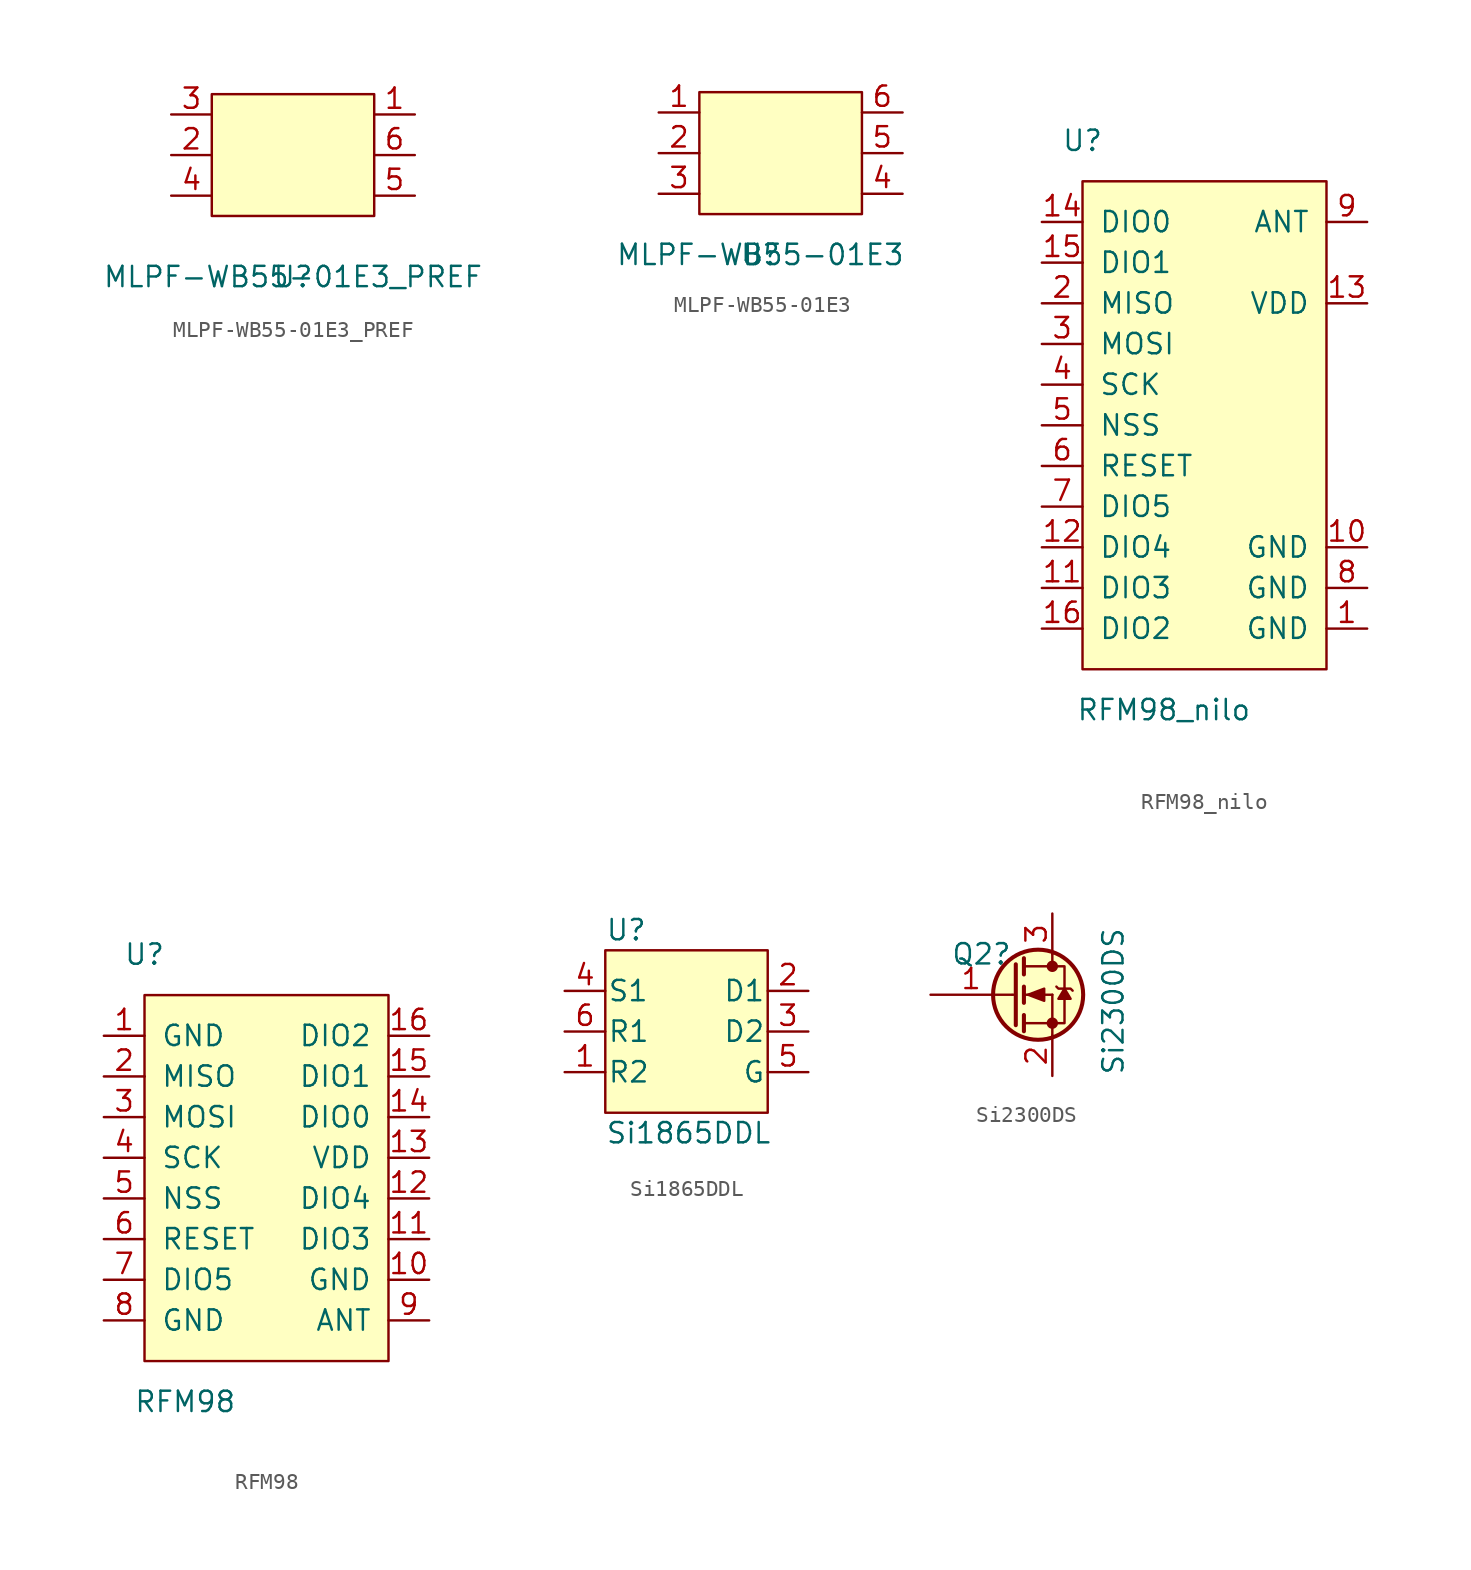
<source format=kicad_sym>
(kicad_symbol_lib
  (version 20220914)
  (generator kicad_symbol_editor)
  (symbol "MLPF-WB55-01E3_PREF"
    (pin_names hide)
    (property "Reference" "U"
      (at 0 0 0)
      (effects (font (size 1.27 1.27))))
    (property "Value" "MLPF-WB55-01E3_PREF"
      (at 0 0 0)
      (effects (font (size 1.27 1.27))))
    (symbol "MLPF-WB55-01E3_PREF_0_1"
      (rectangle (start -5.08 11.43) (end 5.08 3.81) (stroke (width 0) (type solid)) (fill (type background)))
      (pin output line (at 7.62 10.16 180) (length 2.54) (name "OUT" (effects (font (size 1.27 1.27)))) (number "1" (effects (font (size 1.27 1.27)))))
      (pin power_in line (at -7.62 7.62 0) (length 2.54) (name "GND4" (effects (font (size 1.27 1.27)))) (number "2" (effects (font (size 1.27 1.27)))))
      (pin input line (at -7.62 10.16 0) (length 2.54) (name "IN" (effects (font (size 1.27 1.27)))) (number "3" (effects (font (size 1.27 1.27)))))
      (pin power_in line (at -7.62 5.08 0) (length 2.54) (name "GND1" (effects (font (size 1.27 1.27)))) (number "4" (effects (font (size 1.27 1.27)))))
      (pin power_in line (at 7.62 5.08 180) (length 2.54) (name "GND2" (effects (font (size 1.27 1.27)))) (number "5" (effects (font (size 1.27 1.27)))))
      (pin power_in line (at 7.62 7.62 180) (length 2.54) (name "GND3" (effects (font (size 1.27 1.27)))) (number "6" (effects (font (size 1.27 1.27)))))))
  (symbol "MLPF-WB55-01E3"
    (pin_names hide)
    (property "Reference" "U"
      (at 0 0 0)
      (effects (font (size 1.27 1.27))))
    (property "Value" "MLPF-WB55-01E3"
      (at 0 0 0)
      (effects (font (size 1.27 1.27))))
    (symbol "MLPF-WB55-01E3_0_1"
      (rectangle (start -3.81 10.16) (end 6.35 2.54) (stroke (width 0) (type solid)) (fill (type background)))
      (pin output line (at -6.35 8.89 0) (length 2.54) (name "OUT" (effects (font (size 1.27 1.27)))) (number "1" (effects (font (size 1.27 1.27)))))
      (pin power_in line (at -6.35 6.35 0) (length 2.54) (name "GND4" (effects (font (size 1.27 1.27)))) (number "2" (effects (font (size 1.27 1.27)))))
      (pin input line (at -6.35 3.81 0) (length 2.54) (name "IN" (effects (font (size 1.27 1.27)))) (number "3" (effects (font (size 1.27 1.27)))))
      (pin power_in line (at 8.89 3.81 180) (length 2.54) (name "GND1" (effects (font (size 1.27 1.27)))) (number "4" (effects (font (size 1.27 1.27)))))
      (pin power_in line (at 8.89 6.35 180) (length 2.54) (name "GND2" (effects (font (size 1.27 1.27)))) (number "5" (effects (font (size 1.27 1.27)))))
      (pin power_in line (at 8.89 8.89 180) (length 2.54) (name "GND3" (effects (font (size 1.27 1.27)))) (number "6" (effects (font (size 1.27 1.27)))))))
  (symbol "RFM98_nilo"
    (pin_names
      (offset 1.016))
    (property "Reference" "U"
      (at -2.54 10.16 0)
      (effects (font (size 1.27 1.27))))
    (property "Value" "RFM98_nilo"
      (at 2.54 -25.4 0)
      (effects (font (size 1.27 1.27))))
    (symbol "RFM98_nilo_0_1"
      (rectangle (start -2.54 2.54) (end -2.54 2.54) (stroke (width 0) (type solid)) (fill (type none)))
      (rectangle (start -2.54 7.62) (end 12.7 -22.86) (stroke (width 0) (type solid)) (fill (type background))))
    (symbol "RFM98_nilo_1_1"
      (pin power_in line (at 15.24 -20.32 180) (length 2.54) (name "GND" (effects (font (size 1.27 1.27)))) (number "1" (effects (font (size 1.27 1.27)))))
      (pin power_in line (at 15.24 -15.24 180) (length 2.54) (name "GND" (effects (font (size 1.27 1.27)))) (number "10" (effects (font (size 1.27 1.27)))))
      (pin bidirectional line (at -5.08 -17.78 0) (length 2.54) (name "DIO3" (effects (font (size 1.27 1.27)))) (number "11" (effects (font (size 1.27 1.27)))))
      (pin bidirectional line (at -5.08 -15.24 0) (length 2.54) (name "DIO4" (effects (font (size 1.27 1.27)))) (number "12" (effects (font (size 1.27 1.27)))))
      (pin power_in line (at 15.24 0 180) (length 2.54) (name "VDD" (effects (font (size 1.27 1.27)))) (number "13" (effects (font (size 1.27 1.27)))))
      (pin bidirectional line (at -5.08 5.08 0) (length 2.54) (name "DIO0" (effects (font (size 1.27 1.27)))) (number "14" (effects (font (size 1.27 1.27)))))
      (pin bidirectional line (at -5.08 2.54 0) (length 2.54) (name "DIO1" (effects (font (size 1.27 1.27)))) (number "15" (effects (font (size 1.27 1.27)))))
      (pin bidirectional line (at -5.08 -20.32 0) (length 2.54) (name "DIO2" (effects (font (size 1.27 1.27)))) (number "16" (effects (font (size 1.27 1.27)))))
      (pin input line (at -5.08 0 0) (length 2.54) (name "MISO" (effects (font (size 1.27 1.27)))) (number "2" (effects (font (size 1.27 1.27)))))
      (pin tri_state line (at -5.08 -2.54 0) (length 2.54) (name "MOSI" (effects (font (size 1.27 1.27)))) (number "3" (effects (font (size 1.27 1.27)))))
      (pin input line (at -5.08 -5.08 0) (length 2.54) (name "SCK" (effects (font (size 1.27 1.27)))) (number "4" (effects (font (size 1.27 1.27)))))
      (pin input line (at -5.08 -7.62 0) (length 2.54) (name "NSS" (effects (font (size 1.27 1.27)))) (number "5" (effects (font (size 1.27 1.27)))))
      (pin input line (at -5.08 -10.16 0) (length 2.54) (name "RESET" (effects (font (size 1.27 1.27)))) (number "6" (effects (font (size 1.27 1.27)))))
      (pin bidirectional line (at -5.08 -12.7 0) (length 2.54) (name "DIO5" (effects (font (size 1.27 1.27)))) (number "7" (effects (font (size 1.27 1.27)))))
      (pin power_in line (at 15.24 -17.78 180) (length 2.54) (name "GND" (effects (font (size 1.27 1.27)))) (number "8" (effects (font (size 1.27 1.27)))))
      (pin passive line (at 15.24 5.08 180) (length 2.54) (name "ANT" (effects (font (size 1.27 1.27)))) (number "9" (effects (font (size 1.27 1.27)))))))
  (symbol "RFM98"
    (pin_names
      (offset 1.016))
    (property "Reference" "U"
      (at -2.54 10.16 0)
      (effects (font (size 1.27 1.27))))
    (property "Value" "RFM98"
      (at 0 -17.78 0)
      (effects (font (size 1.27 1.27))))
    (symbol "RFM98_0_1"
      (rectangle (start -2.54 2.54) (end -2.54 2.54) (stroke (width 0) (type solid)) (fill (type none)))
      (rectangle (start -2.54 7.62) (end 12.7 -15.24) (stroke (width 0) (type solid)) (fill (type background))))
    (symbol "RFM98_1_1"
      (pin power_in line (at -5.08 5.08 0) (length 2.54) (name "GND" (effects (font (size 1.27 1.27)))) (number "1" (effects (font (size 1.27 1.27)))))
      (pin power_in line (at 15.24 -10.16 180) (length 2.54) (name "GND" (effects (font (size 1.27 1.27)))) (number "10" (effects (font (size 1.27 1.27)))))
      (pin bidirectional line (at 15.24 -7.62 180) (length 2.54) (name "DIO3" (effects (font (size 1.27 1.27)))) (number "11" (effects (font (size 1.27 1.27)))))
      (pin bidirectional line (at 15.24 -5.08 180) (length 2.54) (name "DIO4" (effects (font (size 1.27 1.27)))) (number "12" (effects (font (size 1.27 1.27)))))
      (pin power_in line (at 15.24 -2.54 180) (length 2.54) (name "VDD" (effects (font (size 1.27 1.27)))) (number "13" (effects (font (size 1.27 1.27)))))
      (pin bidirectional line (at 15.24 0 180) (length 2.54) (name "DIO0" (effects (font (size 1.27 1.27)))) (number "14" (effects (font (size 1.27 1.27)))))
      (pin bidirectional line (at 15.24 2.54 180) (length 2.54) (name "DIO1" (effects (font (size 1.27 1.27)))) (number "15" (effects (font (size 1.27 1.27)))))
      (pin bidirectional line (at 15.24 5.08 180) (length 2.54) (name "DIO2" (effects (font (size 1.27 1.27)))) (number "16" (effects (font (size 1.27 1.27)))))
      (pin input line (at -5.08 2.54 0) (length 2.54) (name "MISO" (effects (font (size 1.27 1.27)))) (number "2" (effects (font (size 1.27 1.27)))))
      (pin tri_state line (at -5.08 0 0) (length 2.54) (name "MOSI" (effects (font (size 1.27 1.27)))) (number "3" (effects (font (size 1.27 1.27)))))
      (pin input line (at -5.08 -2.54 0) (length 2.54) (name "SCK" (effects (font (size 1.27 1.27)))) (number "4" (effects (font (size 1.27 1.27)))))
      (pin input line (at -5.08 -5.08 0) (length 2.54) (name "NSS" (effects (font (size 1.27 1.27)))) (number "5" (effects (font (size 1.27 1.27)))))
      (pin input line (at -5.08 -7.62 0) (length 2.54) (name "RESET" (effects (font (size 1.27 1.27)))) (number "6" (effects (font (size 1.27 1.27)))))
      (pin input line (at -5.08 -10.16 0) (length 2.54) (name "DIO5" (effects (font (size 1.27 1.27)))) (number "7" (effects (font (size 1.27 1.27)))))
      (pin power_in line (at -5.08 -12.7 0) (length 2.54) (name "GND" (effects (font (size 1.27 1.27)))) (number "8" (effects (font (size 1.27 1.27)))))
      (pin passive line (at 15.24 -12.7 180) (length 2.54) (name "ANT" (effects (font (size 1.27 1.27)))) (number "9" (effects (font (size 1.27 1.27)))))))
  (symbol "Si1865DDL"
    (pin_names
      (offset 0.127))
    (property "Reference" "U"
      (at -5.08 6.35 0)
      (effects (font (size 1.27 1.27)) (justify left)))
    (property "Value" "Si1865DDL"
      (at -5.08 -6.35 0)
      (effects (font (size 1.27 1.27)) (justify left)))
    (symbol "Si1865DDL_0_1"
      (rectangle (start -5.08 5.08) (end 5.08 -5.08) (stroke (width 0) (type solid)) (fill (type background)))
      (pin power_out line (at 7.62 2.54 180) (length 2.54) (name "D1" (effects (font (size 1.27 1.27)))) (number "2" (effects (font (size 1.27 1.27)))))
      (pin input line (at 7.62 -2.54 180) (length 2.54) (name "G" (effects (font (size 1.27 1.27)))) (number "5" (effects (font (size 1.27 1.27))))))
    (symbol "Si1865DDL_1_1"
      (pin input line (at -7.62 -2.54 0) (length 2.54) (name "R2" (effects (font (size 1.27 1.27)))) (number "1" (effects (font (size 1.27 1.27)))))
      (pin power_out line (at 7.62 0 180) (length 2.54) (name "D2" (effects (font (size 1.27 1.27)))) (number "3" (effects (font (size 1.27 1.27)))))
      (pin power_in line (at -7.62 2.54 0) (length 2.54) (name "S1" (effects (font (size 1.27 1.27)))) (number "4" (effects (font (size 1.27 1.27)))))
      (pin passive line (at -7.62 0 0) (length 2.54) (name "R1" (effects (font (size 1.27 1.27)))) (number "6" (effects (font (size 1.27 1.27)))))))
  (symbol "Si2300DS"
    (pin_names
      (offset 0) hide)
    (property "Reference" "Q2"
      (at -3.81 2.54 0)
      (effects (font (size 1.27 1.27)) (justify left)))
    (property "Value" "Si2300DS"
      (at 6.35 -5.08 90)
      (effects (font (size 1.27 1.27)) (justify left)))
    (symbol "Si2300DS_0_1"
      (polyline (pts (xy 0.051 0) (xy 0.254 0)) (stroke (width 0) (type default)) (fill (type none)))
      (polyline (pts (xy 0.762 -1.778) (xy 2.54 -1.778)) (stroke (width 0) (type default)) (fill (type none)))
      (polyline (pts (xy 0.762 -1.27) (xy 0.762 -2.286)) (stroke (width 0.254) (type default)) (fill (type none)))
      (polyline (pts (xy 0.762 0) (xy 2.54 0)) (stroke (width 0) (type default)) (fill (type none)))
      (polyline (pts (xy 0.762 0.508) (xy 0.762 -0.508)) (stroke (width 0.254) (type default)) (fill (type none)))
      (polyline (pts (xy 0.762 1.778) (xy 2.54 1.778)) (stroke (width 0) (type default)) (fill (type none)))
      (polyline (pts (xy 0.762 2.286) (xy 0.762 1.27)) (stroke (width 0.254) (type default)) (fill (type none)))
      (polyline (pts (xy 2.54 -1.778) (xy 2.54 -2.54)) (stroke (width 0) (type default)) (fill (type none)))
      (polyline (pts (xy 2.54 -1.778) (xy 2.54 0)) (stroke (width 0) (type default)) (fill (type none)))
      (polyline (pts (xy 2.54 2.54) (xy 2.54 1.778)) (stroke (width 0) (type default)) (fill (type none)))
      (polyline (pts (xy 0.254 1.905) (xy 0.254 -1.905) (xy 0.254 -1.905)) (stroke (width 0.254) (type default)) (fill (type none)))
      (polyline (pts (xy 1.016 0) (xy 2.032 0.381) (xy 2.032 -0.381) (xy 1.016 0)) (stroke (width 0) (type default)) (fill (type outline)))
      (polyline (pts (xy 2.54 -1.778) (xy 3.302 -1.778) (xy 3.302 1.778) (xy 2.54 1.778)) (stroke (width 0) (type default)) (fill (type none)))
      (polyline (pts (xy 2.794 0.508) (xy 2.921 0.381) (xy 3.683 0.381) (xy 3.81 0.254)) (stroke (width 0) (type default)) (fill (type none)))
      (circle (center 1.651 0) (radius 2.819) (stroke (width 0.254) (type default)) (fill (type background)))
      (circle (center 2.54 -1.778) (radius 0.279) (stroke (width 0) (type default)) (fill (type outline)))
      (circle (center 2.54 1.778) (radius 0.279) (stroke (width 0) (type default)) (fill (type outline))))
    (symbol "Si2300DS_1_1"
      (polyline (pts (xy 3.302 0.381) (xy 2.921 -0.254) (xy 3.683 -0.254) (xy 3.302 0.381)) (stroke (width 0) (type default)) (fill (type outline)))
      (pin input line (at -5.08 0 0) (length 5.08) (name "G" (effects (font (size 1.27 1.27)))) (number "1" (effects (font (size 1.27 1.27)))))
      (pin passive line (at 2.54 -5.08 90) (length 2.54) (name "S" (effects (font (size 1.27 1.27)))) (number "2" (effects (font (size 1.27 1.27)))))
      (pin passive line (at 2.54 5.08 270) (length 2.54) (name "D" (effects (font (size 1.27 1.27)))) (number "3" (effects (font (size 1.27 1.27)))))
      (pin passive line (at 2.54 5.08 270) (length 2.54) hide (name "D" (effects (font (size 1.27 1.27)))) (number "3" (effects (font (size 1.27 1.27))))))))
</source>
